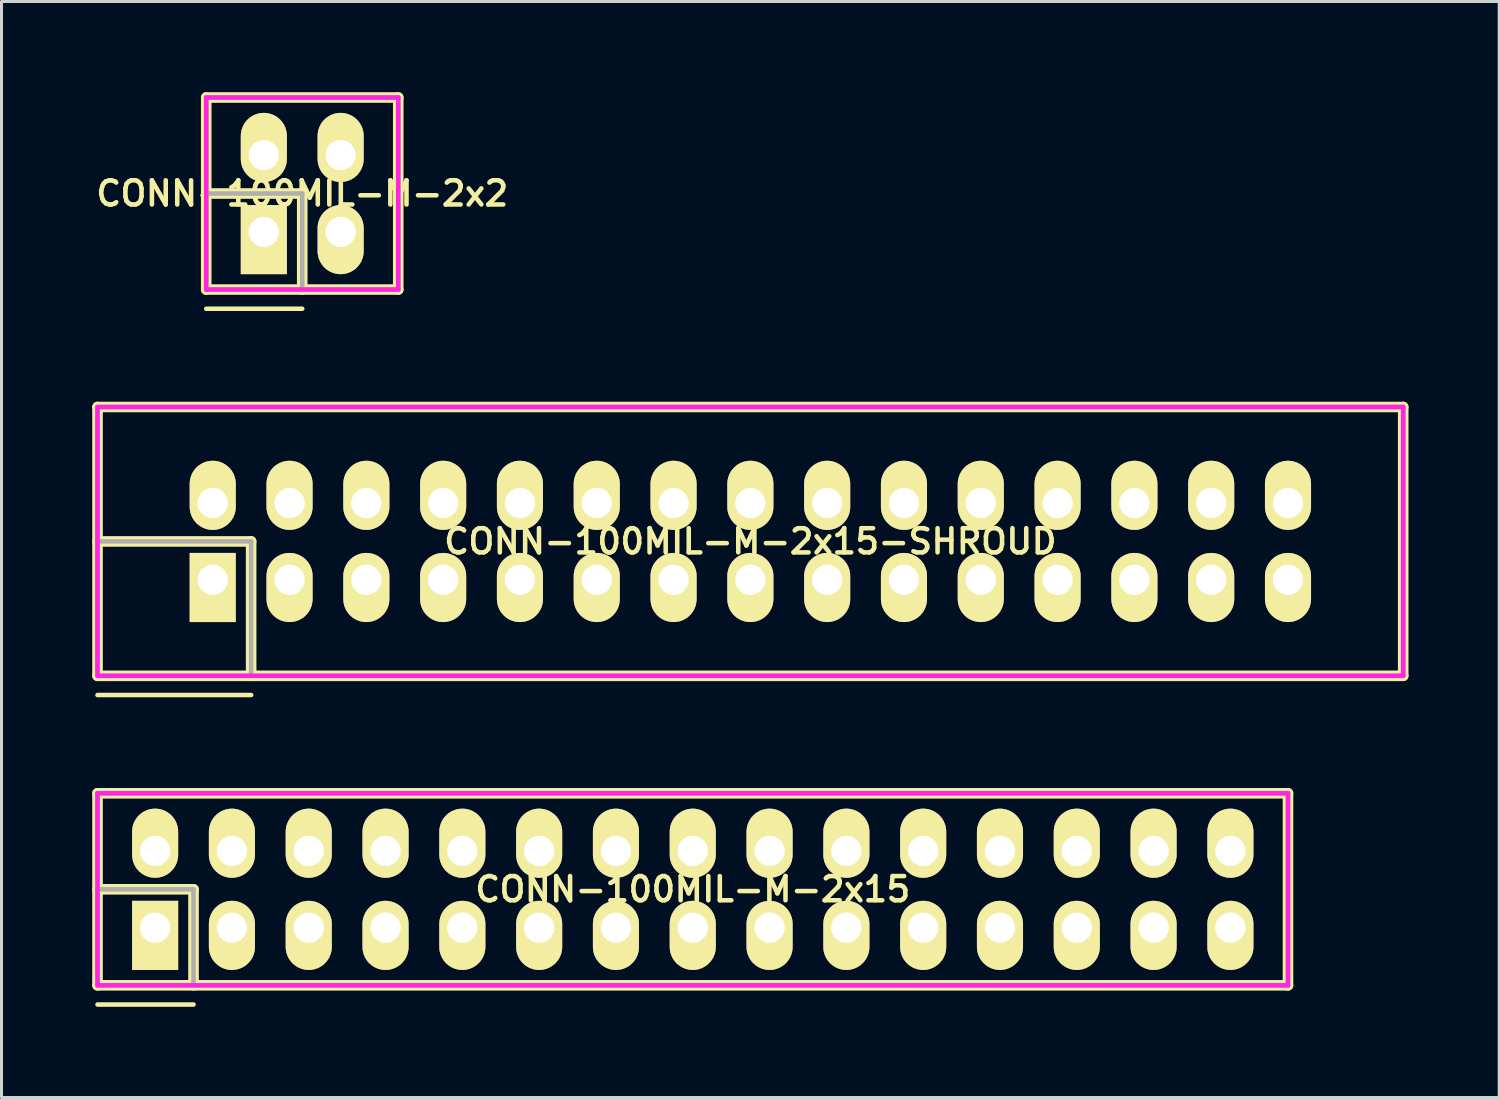
<source format=kicad_pcb>
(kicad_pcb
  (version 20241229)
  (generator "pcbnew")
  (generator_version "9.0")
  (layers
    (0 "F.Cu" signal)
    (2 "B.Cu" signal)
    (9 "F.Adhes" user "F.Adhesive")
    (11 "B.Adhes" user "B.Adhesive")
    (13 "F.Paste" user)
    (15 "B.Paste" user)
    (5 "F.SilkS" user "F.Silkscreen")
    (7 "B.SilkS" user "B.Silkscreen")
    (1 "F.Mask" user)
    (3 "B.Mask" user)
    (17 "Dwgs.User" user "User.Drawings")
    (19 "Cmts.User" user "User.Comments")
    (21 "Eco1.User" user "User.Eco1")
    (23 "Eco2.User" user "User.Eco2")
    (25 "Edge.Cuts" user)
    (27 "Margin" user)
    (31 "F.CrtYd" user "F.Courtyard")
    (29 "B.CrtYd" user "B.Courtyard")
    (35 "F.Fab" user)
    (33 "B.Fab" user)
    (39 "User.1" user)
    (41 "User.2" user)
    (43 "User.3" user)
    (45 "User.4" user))
  (footprint "CONN-100MIL-M-2x15-SHROUD"
    (layer "F.Cu")
    (at 21.765 14.855)
    (property "Reference" "CONN-100MIL-M-2x15-SHROUD" (at 0 0 0) (layer "F.SilkS") (effects (font (size 0.8 0.8) (thickness 0.15))))
    (attr through_hole)
    (fp_line (start -21.59 -4.445) (end 21.59 -4.445) (stroke (width 0.35) (type solid)) (layer "F.SilkS"))
    (fp_line (start -21.59 0) (end -16.51 0) (stroke (width 0.35) (type solid)) (layer "F.SilkS"))
    (fp_line (start -21.59 4.445) (end -21.59 -4.445) (stroke (width 0.35) (type solid)) (layer "F.SilkS"))
    (fp_line (start -21.59 5.08) (end -16.51 5.08) (stroke (width 0.15) (type solid)) (layer "F.SilkS"))
    (fp_line (start -16.51 0) (end -16.51 4.445) (stroke (width 0.35) (type solid)) (layer "F.SilkS"))
    (fp_line (start 21.59 -4.445) (end 21.59 4.445) (stroke (width 0.35) (type solid)) (layer "F.SilkS"))
    (fp_line (start 21.59 4.445) (end -21.59 4.445) (stroke (width 0.35) (type solid)) (layer "F.SilkS"))
    (fp_line (start -21.59 -4.445) (end 21.59 -4.445) (stroke (width 0.15) (type solid)) (layer "F.CrtYd"))
    (fp_line (start -21.59 4.445) (end -21.59 -4.445) (stroke (width 0.15) (type solid)) (layer "F.CrtYd"))
    (fp_line (start 21.59 -4.445) (end 21.59 4.445) (stroke (width 0.15) (type solid)) (layer "F.CrtYd"))
    (fp_line (start 21.59 4.445) (end -21.59 4.445) (stroke (width 0.15) (type solid)) (layer "F.CrtYd"))
    (fp_line (start -21.59 -4.445) (end 21.59 -4.445) (stroke (width 0.15) (type solid)) (layer "F.Fab"))
    (fp_line (start -21.59 0) (end -16.51 0) (stroke (width 0.15) (type solid)) (layer "F.Fab"))
    (fp_line (start -21.59 4.445) (end -21.59 -4.445) (stroke (width 0.15) (type solid)) (layer "F.Fab"))
    (fp_line (start -16.51 0) (end -16.51 4.445) (stroke (width 0.15) (type solid)) (layer "F.Fab"))
    (fp_line (start 21.59 -4.445) (end 21.59 4.445) (stroke (width 0.15) (type solid)) (layer "F.Fab"))
    (fp_line (start 21.59 4.445) (end -21.59 4.445) (stroke (width 0.15) (type solid)) (layer "F.Fab"))
    (pad "1" thru_hole rect (at -17.78 1.27) (size 1.524 2.286) (drill 1 (offset 0 0.254)) (layers "*.Cu" "*.Mask" "F.SilkS"))
    (pad "2" thru_hole oval (at -17.78 -1.27) (size 1.524 2.286) (drill 1 (offset 0 -0.254)) (layers "*.Cu" "*.Mask" "F.SilkS"))
    (pad "3" thru_hole oval (at -15.24 1.27) (size 1.524 2.286) (drill 1 (offset 0 0.254)) (layers "*.Cu" "*.Mask" "F.SilkS"))
    (pad "4" thru_hole oval (at -15.24 -1.27) (size 1.524 2.286) (drill 1 (offset 0 -0.254)) (layers "*.Cu" "*.Mask" "F.SilkS"))
    (pad "5" thru_hole oval (at -12.7 1.27) (size 1.524 2.286) (drill 1 (offset 0 0.254)) (layers "*.Cu" "*.Mask" "F.SilkS"))
    (pad "6" thru_hole oval (at -12.7 -1.27) (size 1.524 2.286) (drill 1 (offset 0 -0.254)) (layers "*.Cu" "*.Mask" "F.SilkS"))
    (pad "7" thru_hole oval (at -10.16 1.27) (size 1.524 2.286) (drill 1 (offset 0 0.254)) (layers "*.Cu" "*.Mask" "F.SilkS"))
    (pad "8" thru_hole oval (at -10.16 -1.27) (size 1.524 2.286) (drill 1 (offset 0 -0.254)) (layers "*.Cu" "*.Mask" "F.SilkS"))
    (pad "9" thru_hole oval (at -7.62 1.27) (size 1.524 2.286) (drill 1 (offset 0 0.254)) (layers "*.Cu" "*.Mask" "F.SilkS"))
    (pad "10" thru_hole oval (at -7.62 -1.27) (size 1.524 2.286) (drill 1 (offset 0 -0.254)) (layers "*.Cu" "*.Mask" "F.SilkS"))
    (pad "11" thru_hole oval (at -5.08 1.27) (size 1.524 2.286) (drill 1 (offset 0 0.254)) (layers "*.Cu" "*.Mask" "F.SilkS"))
    (pad "12" thru_hole oval (at -5.08 -1.27) (size 1.524 2.286) (drill 1 (offset 0 -0.254)) (layers "*.Cu" "*.Mask" "F.SilkS"))
    (pad "13" thru_hole oval (at -2.54 1.27) (size 1.524 2.286) (drill 1 (offset 0 0.254)) (layers "*.Cu" "*.Mask" "F.SilkS"))
    (pad "14" thru_hole oval (at -2.54 -1.27) (size 1.524 2.286) (drill 1 (offset 0 -0.254)) (layers "*.Cu" "*.Mask" "F.SilkS"))
    (pad "15" thru_hole oval (at 0 1.27) (size 1.524 2.286) (drill 1 (offset 0 0.254)) (layers "*.Cu" "*.Mask" "F.SilkS"))
    (pad "16" thru_hole oval (at 0 -1.27) (size 1.524 2.286) (drill 1 (offset 0 -0.254)) (layers "*.Cu" "*.Mask" "F.SilkS"))
    (pad "17" thru_hole oval (at 2.54 1.27) (size 1.524 2.286) (drill 1 (offset 0 0.254)) (layers "*.Cu" "*.Mask" "F.SilkS"))
    (pad "18" thru_hole oval (at 2.54 -1.27) (size 1.524 2.286) (drill 1 (offset 0 -0.254)) (layers "*.Cu" "*.Mask" "F.SilkS"))
    (pad "19" thru_hole oval (at 5.08 1.27) (size 1.524 2.286) (drill 1 (offset 0 0.254)) (layers "*.Cu" "*.Mask" "F.SilkS"))
    (pad "20" thru_hole oval (at 5.08 -1.27) (size 1.524 2.286) (drill 1 (offset 0 -0.254)) (layers "*.Cu" "*.Mask" "F.SilkS"))
    (pad "21" thru_hole oval (at 7.62 1.27) (size 1.524 2.286) (drill 1 (offset 0 0.254)) (layers "*.Cu" "*.Mask" "F.SilkS"))
    (pad "22" thru_hole oval (at 7.62 -1.27) (size 1.524 2.286) (drill 1 (offset 0 -0.254)) (layers "*.Cu" "*.Mask" "F.SilkS"))
    (pad "23" thru_hole oval (at 10.16 1.27) (size 1.524 2.286) (drill 1 (offset 0 0.254)) (layers "*.Cu" "*.Mask" "F.SilkS"))
    (pad "24" thru_hole oval (at 10.16 -1.27) (size 1.524 2.286) (drill 1 (offset 0 -0.254)) (layers "*.Cu" "*.Mask" "F.SilkS"))
    (pad "25" thru_hole oval (at 12.7 1.27) (size 1.524 2.286) (drill 1 (offset 0 0.254)) (layers "*.Cu" "*.Mask" "F.SilkS"))
    (pad "26" thru_hole oval (at 12.7 -1.27) (size 1.524 2.286) (drill 1 (offset 0 -0.254)) (layers "*.Cu" "*.Mask" "F.SilkS"))
    (pad "27" thru_hole oval (at 15.24 1.27) (size 1.524 2.286) (drill 1 (offset 0 0.254)) (layers "*.Cu" "*.Mask" "F.SilkS"))
    (pad "28" thru_hole oval (at 15.24 -1.27) (size 1.524 2.286) (drill 1 (offset 0 -0.254)) (layers "*.Cu" "*.Mask" "F.SilkS"))
    (pad "29" thru_hole oval (at 17.78 1.27) (size 1.524 2.286) (drill 1 (offset 0 0.254)) (layers "*.Cu" "*.Mask" "F.SilkS"))
    (pad "30" thru_hole oval (at 17.78 -1.27) (size 1.524 2.286) (drill 1 (offset 0 -0.254)) (layers "*.Cu" "*.Mask" "F.SilkS")))
  (footprint "CONN-100MIL-M-2x15"
    (layer "F.Cu")
    (at 19.86 26.36)
    (property "Reference" "CONN-100MIL-M-2x15" (at 0 0 0) (layer "F.SilkS") (effects (font (size 0.8 0.8) (thickness 0.15))))
    (attr through_hole)
    (fp_line (start -19.685 -3.175) (end 19.685 -3.175) (stroke (width 0.35) (type solid)) (layer "F.SilkS"))
    (fp_line (start -19.685 0) (end -16.51 0) (stroke (width 0.35) (type solid)) (layer "F.SilkS"))
    (fp_line (start -19.685 3.175) (end -19.685 -3.175) (stroke (width 0.35) (type solid)) (layer "F.SilkS"))
    (fp_line (start -19.685 3.81) (end -16.51 3.81) (stroke (width 0.15) (type solid)) (layer "F.SilkS"))
    (fp_line (start -16.51 0) (end -16.51 3.175) (stroke (width 0.35) (type solid)) (layer "F.SilkS"))
    (fp_line (start 19.685 -3.175) (end 19.685 3.175) (stroke (width 0.35) (type solid)) (layer "F.SilkS"))
    (fp_line (start 19.685 3.175) (end -19.685 3.175) (stroke (width 0.35) (type solid)) (layer "F.SilkS"))
    (fp_line (start -19.685 -3.175) (end 19.685 -3.175) (stroke (width 0.15) (type solid)) (layer "F.CrtYd"))
    (fp_line (start -19.685 3.175) (end -19.685 -3.175) (stroke (width 0.15) (type solid)) (layer "F.CrtYd"))
    (fp_line (start 19.685 -3.175) (end 19.685 3.175) (stroke (width 0.15) (type solid)) (layer "F.CrtYd"))
    (fp_line (start 19.685 3.175) (end -19.685 3.175) (stroke (width 0.15) (type solid)) (layer "F.CrtYd"))
    (fp_line (start -19.685 -3.175) (end 19.685 -3.175) (stroke (width 0.15) (type solid)) (layer "F.Fab"))
    (fp_line (start -19.685 0) (end -16.51 0) (stroke (width 0.15) (type solid)) (layer "F.Fab"))
    (fp_line (start -19.685 3.175) (end -19.685 -3.175) (stroke (width 0.15) (type solid)) (layer "F.Fab"))
    (fp_line (start -16.51 0) (end -16.51 3.175) (stroke (width 0.15) (type solid)) (layer "F.Fab"))
    (fp_line (start 19.685 -3.175) (end 19.685 3.175) (stroke (width 0.15) (type solid)) (layer "F.Fab"))
    (fp_line (start 19.685 3.175) (end -19.685 3.175) (stroke (width 0.15) (type solid)) (layer "F.Fab"))
    (pad "1" thru_hole rect (at -17.78 1.27) (size 1.524 2.286) (drill 1 (offset 0 0.254)) (layers "*.Cu" "*.Mask" "F.SilkS"))
    (pad "2" thru_hole oval (at -17.78 -1.27) (size 1.524 2.286) (drill 1 (offset 0 -0.254)) (layers "*.Cu" "*.Mask" "F.SilkS"))
    (pad "3" thru_hole oval (at -15.24 1.27) (size 1.524 2.286) (drill 1 (offset 0 0.254)) (layers "*.Cu" "*.Mask" "F.SilkS"))
    (pad "4" thru_hole oval (at -15.24 -1.27) (size 1.524 2.286) (drill 1 (offset 0 -0.254)) (layers "*.Cu" "*.Mask" "F.SilkS"))
    (pad "5" thru_hole oval (at -12.7 1.27) (size 1.524 2.286) (drill 1 (offset 0 0.254)) (layers "*.Cu" "*.Mask" "F.SilkS"))
    (pad "6" thru_hole oval (at -12.7 -1.27) (size 1.524 2.286) (drill 1 (offset 0 -0.254)) (layers "*.Cu" "*.Mask" "F.SilkS"))
    (pad "7" thru_hole oval (at -10.16 1.27) (size 1.524 2.286) (drill 1 (offset 0 0.254)) (layers "*.Cu" "*.Mask" "F.SilkS"))
    (pad "8" thru_hole oval (at -10.16 -1.27) (size 1.524 2.286) (drill 1 (offset 0 -0.254)) (layers "*.Cu" "*.Mask" "F.SilkS"))
    (pad "9" thru_hole oval (at -7.62 1.27) (size 1.524 2.286) (drill 1 (offset 0 0.254)) (layers "*.Cu" "*.Mask" "F.SilkS"))
    (pad "10" thru_hole oval (at -7.62 -1.27) (size 1.524 2.286) (drill 1 (offset 0 -0.254)) (layers "*.Cu" "*.Mask" "F.SilkS"))
    (pad "11" thru_hole oval (at -5.08 1.27) (size 1.524 2.286) (drill 1 (offset 0 0.254)) (layers "*.Cu" "*.Mask" "F.SilkS"))
    (pad "12" thru_hole oval (at -5.08 -1.27) (size 1.524 2.286) (drill 1 (offset 0 -0.254)) (layers "*.Cu" "*.Mask" "F.SilkS"))
    (pad "13" thru_hole oval (at -2.54 1.27) (size 1.524 2.286) (drill 1 (offset 0 0.254)) (layers "*.Cu" "*.Mask" "F.SilkS"))
    (pad "14" thru_hole oval (at -2.54 -1.27) (size 1.524 2.286) (drill 1 (offset 0 -0.254)) (layers "*.Cu" "*.Mask" "F.SilkS"))
    (pad "15" thru_hole oval (at 0 1.27) (size 1.524 2.286) (drill 1 (offset 0 0.254)) (layers "*.Cu" "*.Mask" "F.SilkS"))
    (pad "16" thru_hole oval (at 0 -1.27) (size 1.524 2.286) (drill 1 (offset 0 -0.254)) (layers "*.Cu" "*.Mask" "F.SilkS"))
    (pad "17" thru_hole oval (at 2.54 1.27) (size 1.524 2.286) (drill 1 (offset 0 0.254)) (layers "*.Cu" "*.Mask" "F.SilkS"))
    (pad "18" thru_hole oval (at 2.54 -1.27) (size 1.524 2.286) (drill 1 (offset 0 -0.254)) (layers "*.Cu" "*.Mask" "F.SilkS"))
    (pad "19" thru_hole oval (at 5.08 1.27) (size 1.524 2.286) (drill 1 (offset 0 0.254)) (layers "*.Cu" "*.Mask" "F.SilkS"))
    (pad "20" thru_hole oval (at 5.08 -1.27) (size 1.524 2.286) (drill 1 (offset 0 -0.254)) (layers "*.Cu" "*.Mask" "F.SilkS"))
    (pad "21" thru_hole oval (at 7.62 1.27) (size 1.524 2.286) (drill 1 (offset 0 0.254)) (layers "*.Cu" "*.Mask" "F.SilkS"))
    (pad "22" thru_hole oval (at 7.62 -1.27) (size 1.524 2.286) (drill 1 (offset 0 -0.254)) (layers "*.Cu" "*.Mask" "F.SilkS"))
    (pad "23" thru_hole oval (at 10.16 1.27) (size 1.524 2.286) (drill 1 (offset 0 0.254)) (layers "*.Cu" "*.Mask" "F.SilkS"))
    (pad "24" thru_hole oval (at 10.16 -1.27) (size 1.524 2.286) (drill 1 (offset 0 -0.254)) (layers "*.Cu" "*.Mask" "F.SilkS"))
    (pad "25" thru_hole oval (at 12.7 1.27) (size 1.524 2.286) (drill 1 (offset 0 0.254)) (layers "*.Cu" "*.Mask" "F.SilkS"))
    (pad "26" thru_hole oval (at 12.7 -1.27) (size 1.524 2.286) (drill 1 (offset 0 -0.254)) (layers "*.Cu" "*.Mask" "F.SilkS"))
    (pad "27" thru_hole oval (at 15.24 1.27) (size 1.524 2.286) (drill 1 (offset 0 0.254)) (layers "*.Cu" "*.Mask" "F.SilkS"))
    (pad "28" thru_hole oval (at 15.24 -1.27) (size 1.524 2.286) (drill 1 (offset 0 -0.254)) (layers "*.Cu" "*.Mask" "F.SilkS"))
    (pad "29" thru_hole oval (at 17.78 1.27) (size 1.524 2.286) (drill 1 (offset 0 0.254)) (layers "*.Cu" "*.Mask" "F.SilkS"))
    (pad "30" thru_hole oval (at 17.78 -1.27) (size 1.524 2.286) (drill 1 (offset 0 -0.254)) (layers "*.Cu" "*.Mask" "F.SilkS")))
  (footprint "CONN-100MIL-M-2x2"
    (layer "F.Cu")
    (at 6.945 3.35)
    (property "Reference" "CONN-100MIL-M-2x2" (at 0 0 0) (layer "F.SilkS") (effects (font (size 0.8 0.8) (thickness 0.15))))
    (attr through_hole)
    (fp_line (start -3.175 -3.175) (end 3.175 -3.175) (stroke (width 0.35) (type solid)) (layer "F.SilkS"))
    (fp_line (start -3.175 0) (end 0 0) (stroke (width 0.35) (type solid)) (layer "F.SilkS"))
    (fp_line (start -3.175 3.175) (end -3.175 -3.175) (stroke (width 0.35) (type solid)) (layer "F.SilkS"))
    (fp_line (start -3.175 3.81) (end 0 3.81) (stroke (width 0.15) (type solid)) (layer "F.SilkS"))
    (fp_line (start 0 0) (end 0 3.175) (stroke (width 0.35) (type solid)) (layer "F.SilkS"))
    (fp_line (start 3.175 -3.175) (end 3.175 3.175) (stroke (width 0.35) (type solid)) (layer "F.SilkS"))
    (fp_line (start 3.175 3.175) (end -3.175 3.175) (stroke (width 0.35) (type solid)) (layer "F.SilkS"))
    (fp_line (start -3.175 -3.175) (end 3.175 -3.175) (stroke (width 0.15) (type solid)) (layer "F.CrtYd"))
    (fp_line (start -3.175 3.175) (end -3.175 -3.175) (stroke (width 0.15) (type solid)) (layer "F.CrtYd"))
    (fp_line (start 3.175 -3.175) (end 3.175 3.175) (stroke (width 0.15) (type solid)) (layer "F.CrtYd"))
    (fp_line (start 3.175 3.175) (end -3.175 3.175) (stroke (width 0.15) (type solid)) (layer "F.CrtYd"))
    (fp_line (start -3.175 -3.175) (end 3.175 -3.175) (stroke (width 0.15) (type solid)) (layer "F.Fab"))
    (fp_line (start -3.175 0) (end 0 0) (stroke (width 0.15) (type solid)) (layer "F.Fab"))
    (fp_line (start -3.175 3.175) (end -3.175 -3.175) (stroke (width 0.15) (type solid)) (layer "F.Fab"))
    (fp_line (start 0 0) (end 0 3.175) (stroke (width 0.15) (type solid)) (layer "F.Fab"))
    (fp_line (start 3.175 -3.175) (end 3.175 3.175) (stroke (width 0.15) (type solid)) (layer "F.Fab"))
    (fp_line (start 3.175 3.175) (end -3.175 3.175) (stroke (width 0.15) (type solid)) (layer "F.Fab"))
    (pad "1" thru_hole rect (at -1.27 1.27) (size 1.524 2.286) (drill 1 (offset 0 0.254)) (layers "*.Cu" "*.Mask" "F.SilkS"))
    (pad "2" thru_hole oval (at -1.27 -1.27) (size 1.524 2.286) (drill 1 (offset 0 -0.254)) (layers "*.Cu" "*.Mask" "F.SilkS"))
    (pad "3" thru_hole oval (at 1.27 1.27) (size 1.524 2.286) (drill 1 (offset 0 0.254)) (layers "*.Cu" "*.Mask" "F.SilkS"))
    (pad "4" thru_hole oval (at 1.27 -1.27) (size 1.524 2.286) (drill 1 (offset 0 -0.254)) (layers "*.Cu" "*.Mask" "F.SilkS")))
  (gr_rect
    (start -3 -3)
    (end 46.53 33.245)
    (stroke (width 0.1) (type default))
    (fill no)
    (layer "Edge.Cuts")))
</source>
